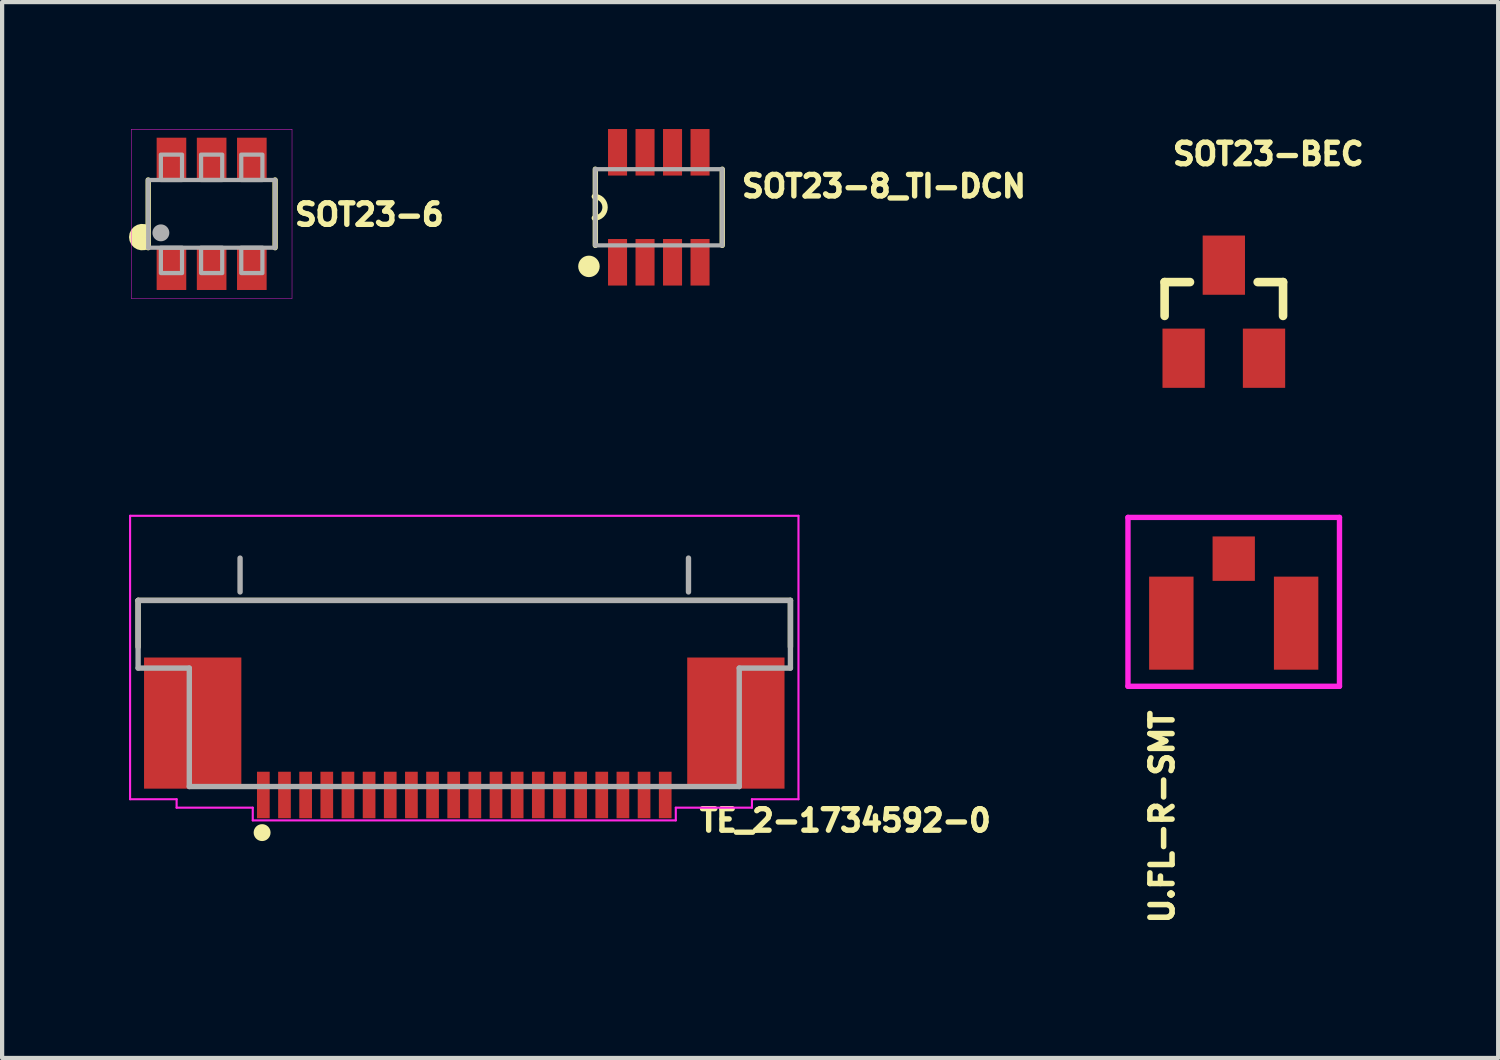
<source format=kicad_pcb>
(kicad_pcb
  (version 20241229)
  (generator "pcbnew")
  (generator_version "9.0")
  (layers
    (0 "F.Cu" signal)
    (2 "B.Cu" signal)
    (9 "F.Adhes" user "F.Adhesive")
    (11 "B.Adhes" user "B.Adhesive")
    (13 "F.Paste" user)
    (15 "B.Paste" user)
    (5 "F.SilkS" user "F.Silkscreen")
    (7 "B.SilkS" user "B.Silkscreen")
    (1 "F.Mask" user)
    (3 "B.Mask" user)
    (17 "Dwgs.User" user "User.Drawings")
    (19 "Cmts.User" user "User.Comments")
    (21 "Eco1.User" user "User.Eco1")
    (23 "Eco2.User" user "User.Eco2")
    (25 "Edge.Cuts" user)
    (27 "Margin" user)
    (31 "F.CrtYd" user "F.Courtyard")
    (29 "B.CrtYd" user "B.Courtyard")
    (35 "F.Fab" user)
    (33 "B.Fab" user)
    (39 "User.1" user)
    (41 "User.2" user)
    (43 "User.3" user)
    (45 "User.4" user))
  (footprint "TE_2-1734592-0"
    (layer "F.Cu")
    (at 7.925 14.043)
    (property "Reference" "TE_2-1734592-0" (at 5.5 2.6 0) (layer "F.SilkS") (effects (font (size 0.508 0.508) (thickness 0.127)) (justify left bottom)))
    (fp_line (start -7.71 -2.9) (end -7.71 -1.8) (stroke (width 0.127) (type solid)) (layer "F.SilkS"))
    (fp_line (start 7.71 -2.9) (end -7.71 -2.9) (stroke (width 0.127) (type solid)) (layer "F.SilkS"))
    (fp_line (start 7.71 -1.8) (end 7.71 -2.9) (stroke (width 0.127) (type solid)) (layer "F.SilkS"))
    (fp_circle (center -4.779 2.589) (end -4.679 2.589) (stroke (width 0.2) (type solid)) (fill no) (layer "F.SilkS"))
    (fp_poly (pts (xy -7.2 1.1) (xy -5.6 1.1) (xy -5.6 -1.1) (xy -7.2 -1.1)) (stroke (width 0.1) (type solid)) (fill no) (layer "F.Paste"))
    (fp_poly (pts (xy 5.7 1.1) (xy 7.3 1.1) (xy 7.3 -1.1) (xy 5.7 -1.1)) (stroke (width 0.1) (type solid)) (fill no) (layer "F.Paste"))
    (fp_line (start -7.9 -4.9) (end -7.9 1.8) (stroke (width 0.05) (type solid)) (layer "F.CrtYd"))
    (fp_line (start -6.8 1.8) (end -7.9 1.8) (stroke (width 0.05) (type solid)) (layer "F.CrtYd"))
    (fp_line (start -6.8 2) (end -6.8 1.8) (stroke (width 0.05) (type solid)) (layer "F.CrtYd"))
    (fp_line (start -5 2) (end -6.8 2) (stroke (width 0.05) (type solid)) (layer "F.CrtYd"))
    (fp_line (start -5 2.3) (end -5 2) (stroke (width 0.05) (type solid)) (layer "F.CrtYd"))
    (fp_line (start -5 2.3) (end 5 2.3) (stroke (width 0.05) (type solid)) (layer "F.CrtYd"))
    (fp_line (start 5 2) (end 5 2.3) (stroke (width 0.05) (type solid)) (layer "F.CrtYd"))
    (fp_line (start 6.8 1.8) (end 6.8 2) (stroke (width 0.05) (type solid)) (layer "F.CrtYd"))
    (fp_line (start 6.8 2) (end 5 2) (stroke (width 0.05) (type solid)) (layer "F.CrtYd"))
    (fp_line (start 7.9 -4.9) (end -7.9 -4.9) (stroke (width 0.05) (type solid)) (layer "F.CrtYd"))
    (fp_line (start 7.9 1.8) (end 6.8 1.8) (stroke (width 0.05) (type solid)) (layer "F.CrtYd"))
    (fp_line (start 7.9 1.8) (end 7.9 -4.9) (stroke (width 0.05) (type solid)) (layer "F.CrtYd"))
    (fp_line (start -7.71 -1.3) (end -7.71 -2.9) (stroke (width 0.127) (type solid)) (layer "F.Fab"))
    (fp_line (start -6.5 -1.3) (end -7.71 -1.3) (stroke (width 0.127) (type solid)) (layer "F.Fab"))
    (fp_line (start -6.5 1.5) (end -6.5 -1.3) (stroke (width 0.127) (type solid)) (layer "F.Fab"))
    (fp_line (start -5.3 -3.1) (end -5.3 -3.9) (stroke (width 0.127) (type solid)) (layer "F.Fab"))
    (fp_line (start 5.3 -3.1) (end 5.3 -3.9) (stroke (width 0.127) (type solid)) (layer "F.Fab"))
    (fp_line (start 6.5 -1.3) (end 7.71 -1.3) (stroke (width 0.127) (type solid)) (layer "F.Fab"))
    (fp_line (start 6.5 1.5) (end -6.5 1.5) (stroke (width 0.127) (type solid)) (layer "F.Fab"))
    (fp_line (start 6.5 1.5) (end 6.5 -1.3) (stroke (width 0.127) (type solid)) (layer "F.Fab"))
    (fp_line (start 7.71 -2.9) (end -7.71 -2.9) (stroke (width 0.127) (type solid)) (layer "F.Fab"))
    (fp_line (start 7.71 -1.3) (end 7.71 -2.9) (stroke (width 0.127) (type solid)) (layer "F.Fab"))
    (pad "1" smd rect (at -4.75 1.7 90) (size 1.1 0.3) (layers "F.Cu" "F.Mask" "F.Paste"))
    (pad "2" smd rect (at -4.25 1.7 90) (size 1.1 0.3) (layers "F.Cu" "F.Mask" "F.Paste"))
    (pad "3" smd rect (at -3.75 1.7 90) (size 1.1 0.3) (layers "F.Cu" "F.Mask" "F.Paste"))
    (pad "4" smd rect (at -3.25 1.7 90) (size 1.1 0.3) (layers "F.Cu" "F.Mask" "F.Paste"))
    (pad "5" smd rect (at -2.75 1.7 90) (size 1.1 0.3) (layers "F.Cu" "F.Mask" "F.Paste"))
    (pad "6" smd rect (at -2.25 1.7 90) (size 1.1 0.3) (layers "F.Cu" "F.Mask" "F.Paste"))
    (pad "7" smd rect (at -1.75 1.7 90) (size 1.1 0.3) (layers "F.Cu" "F.Mask" "F.Paste"))
    (pad "8" smd rect (at -1.25 1.7 90) (size 1.1 0.3) (layers "F.Cu" "F.Mask" "F.Paste"))
    (pad "9" smd rect (at -0.75 1.7 90) (size 1.1 0.3) (layers "F.Cu" "F.Mask" "F.Paste"))
    (pad "10" smd rect (at -0.25 1.7 90) (size 1.1 0.3) (layers "F.Cu" "F.Mask" "F.Paste"))
    (pad "11" smd rect (at 0.25 1.7 90) (size 1.1 0.3) (layers "F.Cu" "F.Mask" "F.Paste"))
    (pad "12" smd rect (at 0.75 1.7 90) (size 1.1 0.3) (layers "F.Cu" "F.Mask" "F.Paste"))
    (pad "13" smd rect (at 1.25 1.7 90) (size 1.1 0.3) (layers "F.Cu" "F.Mask" "F.Paste"))
    (pad "14" smd rect (at 1.75 1.7 90) (size 1.1 0.3) (layers "F.Cu" "F.Mask" "F.Paste"))
    (pad "15" smd rect (at 2.25 1.7 90) (size 1.1 0.3) (layers "F.Cu" "F.Mask" "F.Paste"))
    (pad "16" smd rect (at 2.75 1.7 90) (size 1.1 0.3) (layers "F.Cu" "F.Mask" "F.Paste"))
    (pad "17" smd rect (at 3.25 1.7 90) (size 1.1 0.3) (layers "F.Cu" "F.Mask" "F.Paste"))
    (pad "18" smd rect (at 3.75 1.7 90) (size 1.1 0.3) (layers "F.Cu" "F.Mask" "F.Paste"))
    (pad "19" smd rect (at 4.25 1.7 90) (size 1.1 0.3) (layers "F.Cu" "F.Mask" "F.Paste"))
    (pad "20" smd rect (at 4.75 1.7 90) (size 1.1 0.3) (layers "F.Cu" "F.Mask" "F.Paste"))
    (pad "PAD1" smd rect (at 6.42 0 180) (size 2.3 3.1) (layers "F.Cu" "F.Mask"))
    (pad "PAD2" smd rect (at -6.42 0 180) (size 2.3 3.1) (layers "F.Cu" "F.Mask")))
  (footprint "U.FL-R-SMT"
    (layer "F.Cu")
    (at 26.114 11.681)
    (property "Reference" "U.FL-R-SMT" (at -2 2 90) (layer "F.SilkS") (effects (font (size 0.524 0.524) (thickness 0.131)) (justify right top)))
    (fp_poly (pts (xy -2.07 1.17) (xy -0.88 1.17) (xy -0.88 -1.17) (xy -2.07 -1.17)) (stroke (width 0.1) (type solid)) (fill no) (layer "F.Mask"))
    (fp_poly (pts (xy -0.57 -0.93) (xy 0.57 -0.93) (xy 0.57 -2.12) (xy -0.57 -2.12)) (stroke (width 0.1) (type solid)) (fill no) (layer "F.Mask"))
    (fp_poly (pts (xy 0.87 1.17) (xy 2.07 1.17) (xy 2.07 -1.17) (xy 0.87 -1.17)) (stroke (width 0.1) (type solid)) (fill no) (layer "F.Mask"))
    (fp_poly (pts (xy -2 1.1) (xy -0.95 1.1) (xy -0.95 -1.1) (xy -2 -1.1)) (stroke (width 0.1) (type solid)) (fill no) (layer "F.Paste"))
    (fp_poly (pts (xy -0.5 -1) (xy 0.5 -1) (xy 0.5 -2.05) (xy -0.5 -2.05)) (stroke (width 0.1) (type solid)) (fill no) (layer "F.Paste"))
    (fp_poly (pts (xy 0.95 1.1) (xy 2 1.1) (xy 2 -1.1) (xy 0.95 -1.1)) (stroke (width 0.1) (type solid)) (fill no) (layer "F.Paste"))
    (fp_line (start -2.5 -2.5) (end -2.5 1.492) (stroke (width 0.127) (type solid)) (layer "F.CrtYd"))
    (fp_line (start -2.5 1.492) (end 2.5 1.492) (stroke (width 0.127) (type solid)) (layer "F.CrtYd"))
    (fp_line (start 2.5 -2.5) (end -2.5 -2.5) (stroke (width 0.127) (type solid)) (layer "F.CrtYd"))
    (fp_line (start 2.5 1.492) (end 2.5 -2.5) (stroke (width 0.127) (type solid)) (layer "F.CrtYd"))
    (pad "1" smd rect (at 0 -1.525 180) (size 1 1.05) (layers "F.Cu"))
    (pad "2" smd rect (at -1.475 0 270) (size 2.2 1.05) (layers "F.Cu"))
    (pad "3" smd rect (at 1.475 0 270) (size 2.2 1.05) (layers "F.Cu")))
  (footprint "SOT23-6"
    (layer "F.Cu")
    (at 1.953 2.005)
    (property "Reference" "SOT23-6" (at 1.902 0.317 0) (layer "F.SilkS") (effects (font (size 0.508 0.508) (thickness 0.127)) (justify left bottom)))
    (fp_poly (pts (xy -0.53 -1.865) (xy -1.37 -1.865) (xy -1.37 -0.735) (xy -0.53 -0.735)) (stroke (width 0.1) (type solid)) (fill no) (layer "F.Mask"))
    (fp_poly (pts (xy -0.53 0.735) (xy -1.37 0.735) (xy -1.37 1.865) (xy -0.53 1.865)) (stroke (width 0.1) (type solid)) (fill no) (layer "F.Mask"))
    (fp_poly (pts (xy 0.42 -1.865) (xy -0.42 -1.865) (xy -0.42 -0.735) (xy 0.42 -0.735)) (stroke (width 0.1) (type solid)) (fill no) (layer "F.Mask"))
    (fp_poly (pts (xy 0.42 0.735) (xy -0.42 0.735) (xy -0.42 1.865) (xy 0.42 1.865)) (stroke (width 0.1) (type solid)) (fill no) (layer "F.Mask"))
    (fp_poly (pts (xy 1.37 -1.865) (xy 0.53 -1.865) (xy 0.53 -0.735) (xy 1.37 -0.735)) (stroke (width 0.1) (type solid)) (fill no) (layer "F.Mask"))
    (fp_poly (pts (xy 1.37 0.735) (xy 0.53 0.735) (xy 0.53 1.865) (xy 1.37 1.865)) (stroke (width 0.1) (type solid)) (fill no) (layer "F.Mask"))
    (fp_line (start -1.5 0.8) (end -1.5 -0.8) (stroke (width 0.127) (type solid)) (layer "F.SilkS"))
    (fp_line (start 1.5 -0.8) (end 1.5 0.8) (stroke (width 0.127) (type solid)) (layer "F.SilkS"))
    (fp_arc (start -1.61 0.7) (mid -1.792971 0.55) (end -1.61 0.4) (stroke (width 0.32) (type solid)) (layer "F.SilkS"))
    (fp_line (start -1.9 -2) (end -1.9 2) (stroke (width 0.01) (type solid)) (layer "F.CrtYd"))
    (fp_line (start -1.9 2) (end 1.9 2) (stroke (width 0.01) (type solid)) (layer "F.CrtYd"))
    (fp_line (start 1.9 -2) (end -1.9 -2) (stroke (width 0.01) (type solid)) (layer "F.CrtYd"))
    (fp_line (start 1.9 2) (end 1.9 -2) (stroke (width 0.01) (type solid)) (layer "F.CrtYd"))
    (fp_line (start -1.5 -0.8) (end 1.5 -0.8) (stroke (width 0.1) (type solid)) (layer "F.Fab"))
    (fp_line (start -1.5 0.8) (end -1.5 -0.8) (stroke (width 0.1) (type solid)) (layer "F.Fab"))
    (fp_line (start 1.5 -0.8) (end 1.5 0.8) (stroke (width 0.1) (type solid)) (layer "F.Fab"))
    (fp_line (start 1.5 0.8) (end -1.5 0.8) (stroke (width 0.1) (type solid)) (layer "F.Fab"))
    (fp_circle (center -1.2 0.449) (end -1.1 0.449) (stroke (width 0.2) (type solid)) (fill no) (layer "F.Fab"))
    (fp_poly (pts (xy -1.2 -0.8) (xy -0.7 -0.8) (xy -0.7 -1.4) (xy -1.2 -1.4)) (stroke (width 0.1) (type solid)) (fill no) (layer "F.Fab"))
    (fp_poly (pts (xy -1.2 1.4) (xy -0.7 1.4) (xy -0.7 0.8) (xy -1.2 0.8)) (stroke (width 0.1) (type solid)) (fill no) (layer "F.Fab"))
    (fp_poly (pts (xy -0.25 -0.8) (xy 0.25 -0.8) (xy 0.25 -1.4) (xy -0.25 -1.4)) (stroke (width 0.1) (type solid)) (fill no) (layer "F.Fab"))
    (fp_poly (pts (xy -0.25 1.4) (xy 0.25 1.4) (xy 0.25 0.8) (xy -0.25 0.8)) (stroke (width 0.1) (type solid)) (fill no) (layer "F.Fab"))
    (fp_poly (pts (xy 0.7 -0.8) (xy 1.2 -0.8) (xy 1.2 -1.4) (xy 0.7 -1.4)) (stroke (width 0.1) (type solid)) (fill no) (layer "F.Fab"))
    (fp_poly (pts (xy 0.7 1.4) (xy 1.2 1.4) (xy 1.2 0.8) (xy 0.7 0.8)) (stroke (width 0.1) (type solid)) (fill no) (layer "F.Fab"))
    (pad "1" smd rect (at -0.95 1.3) (size 0.7 1) (layers "F.Cu" "F.Paste"))
    (pad "2" smd rect (at 0 1.3) (size 0.7 1) (layers "F.Cu" "F.Paste"))
    (pad "3" smd rect (at 0.95 1.3) (size 0.7 1) (layers "F.Cu" "F.Paste"))
    (pad "4" smd rect (at 0.95 -1.3) (size 0.7 1) (layers "F.Cu" "F.Paste"))
    (pad "5" smd rect (at 0 -1.3) (size 0.7 1) (layers "F.Cu" "F.Paste"))
    (pad "6" smd rect (at -0.95 -1.3) (size 0.7 1) (layers "F.Cu" "F.Paste")))
  (footprint "SOT23-BEC"
    (layer "F.Cu")
    (at 25.88 4.318)
    (property "Reference" "SOT23-BEC" (at -1.27 -3.429 0) (layer "F.SilkS") (effects (font (size 0.508 0.508) (thickness 0.127)) (justify left bottom)))
    (fp_line (start -1.4 -0.7) (end -1.4 0.1) (stroke (width 0.203) (type solid)) (layer "F.SilkS"))
    (fp_line (start -0.8 -0.7) (end -1.4 -0.7) (stroke (width 0.203) (type solid)) (layer "F.SilkS"))
    (fp_line (start 0.8 -0.7) (end 1.4 -0.7) (stroke (width 0.203) (type solid)) (layer "F.SilkS"))
    (fp_line (start 1.4 -0.7) (end 1.4 0.1) (stroke (width 0.203) (type solid)) (layer "F.SilkS"))
    (pad "B" smd rect (at -0.95 1.1) (size 1 1.4) (layers "F.Cu" "F.Mask" "F.Paste"))
    (pad "C" smd rect (at 0 -1.1) (size 1 1.4) (layers "F.Cu" "F.Mask" "F.Paste"))
    (pad "E" smd rect (at 0.95 1.1) (size 1 1.4) (layers "F.Cu" "F.Mask" "F.Paste")))
  (footprint "SOT23-8_TI-DCN"
    (layer "F.Cu")
    (at 12.523 1.85)
    (property "Reference" "SOT23-8_TI-DCN" (at 1.9 -0.2 0) (layer "F.SilkS") (effects (font (size 0.508 0.508) (thickness 0.127)) (justify left bottom)))
    (fp_line (start -1.5 -0.9) (end -1.5 0.9) (stroke (width 0.127) (type solid)) (layer "F.SilkS"))
    (fp_line (start 1.5 -0.9) (end 1.5 0.9) (stroke (width 0.127) (type solid)) (layer "F.SilkS"))
    (fp_arc (start -1.524 -0.254) (mid -1.27 0) (end -1.524 0.254) (stroke (width 0.127) (type solid)) (layer "F.SilkS"))
    (fp_circle (center -1.651 1.397) (end -1.524 1.397) (stroke (width 0.254) (type solid)) (fill no) (layer "F.SilkS"))
    (fp_line (start -1.5 -0.9) (end -1.5 0.9) (stroke (width 0.1) (type solid)) (layer "F.Fab"))
    (fp_line (start -1.5 0.9) (end 1.5 0.9) (stroke (width 0.1) (type solid)) (layer "F.Fab"))
    (fp_line (start 1.5 -0.9) (end -1.5 -0.9) (stroke (width 0.1) (type solid)) (layer "F.Fab"))
    (fp_line (start 1.5 0.9) (end 1.5 -0.9) (stroke (width 0.1) (type solid)) (layer "F.Fab"))
    (pad "1" smd rect (at -0.975 1.3 90) (size 1.1 0.45) (layers "F.Cu" "F.Mask" "F.Paste"))
    (pad "2" smd rect (at -0.325 1.3 90) (size 1.1 0.45) (layers "F.Cu" "F.Mask" "F.Paste"))
    (pad "3" smd rect (at 0.325 1.3 90) (size 1.1 0.45) (layers "F.Cu" "F.Mask" "F.Paste"))
    (pad "4" smd rect (at 0.975 1.3 90) (size 1.1 0.45) (layers "F.Cu" "F.Mask" "F.Paste"))
    (pad "5" smd rect (at 0.975 -1.3 90) (size 1.1 0.45) (layers "F.Cu" "F.Mask" "F.Paste"))
    (pad "6" smd rect (at 0.325 -1.3 90) (size 1.1 0.45) (layers "F.Cu" "F.Mask" "F.Paste"))
    (pad "7" smd rect (at -0.325 -1.3 90) (size 1.1 0.45) (layers "F.Cu" "F.Mask" "F.Paste"))
    (pad "8" smd rect (at -0.975 -1.3 90) (size 1.1 0.45) (layers "F.Cu" "F.Mask" "F.Paste")))
  (gr_rect
    (start -3 -3)
    (end 32.365 21.96)
    (stroke (width 0.1) (type default))
    (fill no)
    (layer "Edge.Cuts")))
</source>
